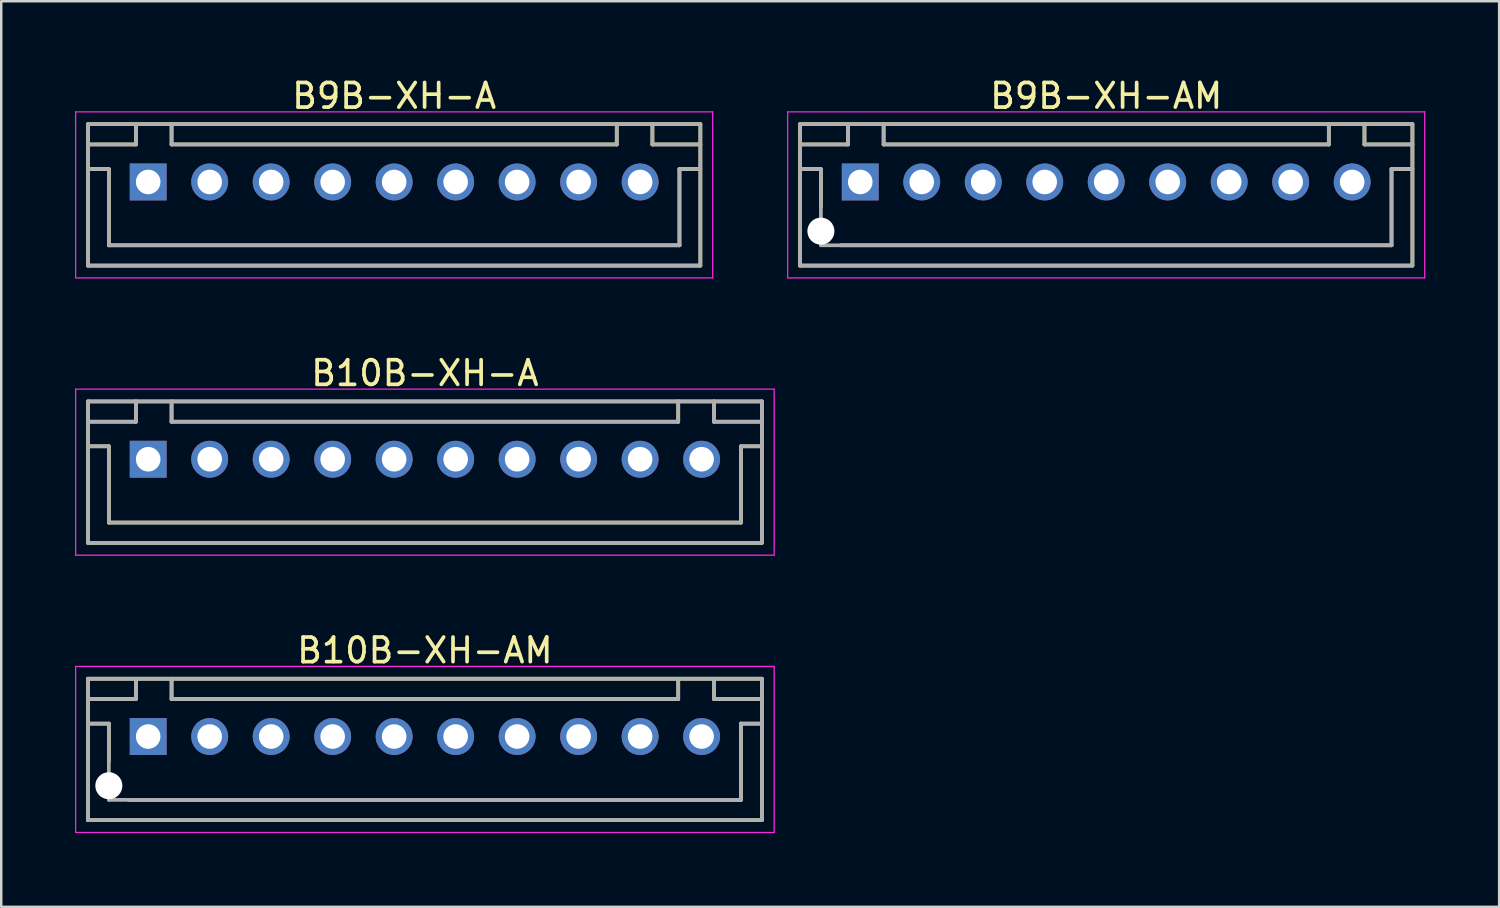
<source format=kicad_pcb>
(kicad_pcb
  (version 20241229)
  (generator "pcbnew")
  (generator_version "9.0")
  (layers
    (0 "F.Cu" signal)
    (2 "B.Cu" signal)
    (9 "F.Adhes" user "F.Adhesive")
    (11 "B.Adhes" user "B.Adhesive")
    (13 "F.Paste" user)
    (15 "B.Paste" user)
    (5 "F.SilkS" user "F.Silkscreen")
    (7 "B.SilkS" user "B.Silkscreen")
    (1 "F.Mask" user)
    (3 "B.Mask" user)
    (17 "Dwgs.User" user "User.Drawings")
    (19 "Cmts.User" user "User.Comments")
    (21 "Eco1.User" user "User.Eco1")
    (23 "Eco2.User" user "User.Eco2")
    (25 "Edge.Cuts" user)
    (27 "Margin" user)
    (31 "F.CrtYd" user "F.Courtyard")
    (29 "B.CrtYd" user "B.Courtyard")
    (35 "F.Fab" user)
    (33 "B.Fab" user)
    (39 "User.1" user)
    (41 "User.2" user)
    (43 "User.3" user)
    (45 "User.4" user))
  (footprint "B9B-XH-A"
    (layer "F.Cu")
    (at 12.975 4.348)
    (property "Reference" "B9B-XH-A" (at 0 -3.5 0) (layer "F.SilkS") (effects (font (size 1 1) (thickness 0.15))))
    (attr smd)
    (fp_line (start -12.45 -2.35) (end -12.45 3.4) (stroke (width 0.15) (type solid)) (layer "F.SilkS"))
    (fp_line (start -12.45 -2.35) (end 12.45 -2.35) (stroke (width 0.15) (type solid)) (layer "F.SilkS"))
    (fp_line (start -12.45 -1.525) (end -10.5 -1.525) (stroke (width 0.15) (type solid)) (layer "F.SilkS"))
    (fp_line (start -12.45 -0.525) (end -11.6 -0.525) (stroke (width 0.15) (type solid)) (layer "F.SilkS"))
    (fp_line (start -12.45 3.4) (end 12.45 3.4) (stroke (width 0.15) (type solid)) (layer "F.SilkS"))
    (fp_line (start -11.6 -0.525) (end -11.6 2.575) (stroke (width 0.15) (type solid)) (layer "F.SilkS"))
    (fp_line (start -11.6 2.575) (end 11.6 2.575) (stroke (width 0.15) (type solid)) (layer "F.SilkS"))
    (fp_line (start -10.5 -2.35) (end -10.5 -1.525) (stroke (width 0.15) (type solid)) (layer "F.SilkS"))
    (fp_line (start -9.05 -2.35) (end -9.05 -1.525) (stroke (width 0.15) (type solid)) (layer "F.SilkS"))
    (fp_line (start -9.05 -1.525) (end 9.05 -1.525) (stroke (width 0.15) (type solid)) (layer "F.SilkS"))
    (fp_line (start 9.05 -2.35) (end 9.05 -1.525) (stroke (width 0.15) (type solid)) (layer "F.SilkS"))
    (fp_line (start 10.5 -2.35) (end 10.5 -1.525) (stroke (width 0.15) (type solid)) (layer "F.SilkS"))
    (fp_line (start 10.5 -1.525) (end 12.45 -1.525) (stroke (width 0.15) (type solid)) (layer "F.SilkS"))
    (fp_line (start 11.6 -0.525) (end 11.6 2.575) (stroke (width 0.15) (type solid)) (layer "F.SilkS"))
    (fp_line (start 11.6 -0.525) (end 12.45 -0.525) (stroke (width 0.15) (type solid)) (layer "F.SilkS"))
    (fp_line (start 12.45 -2.35) (end 12.45 3.4) (stroke (width 0.15) (type solid)) (layer "F.SilkS"))
    (fp_line (start -12.95 -2.85) (end -12.95 3.9) (stroke (width 0.05) (type solid)) (layer "F.CrtYd"))
    (fp_line (start -12.95 -2.85) (end 12.95 -2.85) (stroke (width 0.05) (type solid)) (layer "F.CrtYd"))
    (fp_line (start -12.95 3.9) (end 12.95 3.9) (stroke (width 0.05) (type solid)) (layer "F.CrtYd"))
    (fp_line (start 12.95 -2.85) (end 12.95 3.9) (stroke (width 0.05) (type solid)) (layer "F.CrtYd"))
    (fp_line (start -12.45 -2.35) (end -12.45 3.4) (stroke (width 0.15) (type solid)) (layer "F.Fab"))
    (fp_line (start -12.45 -2.35) (end 12.45 -2.35) (stroke (width 0.15) (type solid)) (layer "F.Fab"))
    (fp_line (start -12.45 -1.525) (end -10.5 -1.525) (stroke (width 0.15) (type solid)) (layer "F.Fab"))
    (fp_line (start -12.45 -0.525) (end -11.6 -0.525) (stroke (width 0.15) (type solid)) (layer "F.Fab"))
    (fp_line (start -12.45 3.4) (end 12.45 3.4) (stroke (width 0.15) (type solid)) (layer "F.Fab"))
    (fp_line (start -11.6 -0.525) (end -11.6 2.575) (stroke (width 0.15) (type solid)) (layer "F.Fab"))
    (fp_line (start -11.6 2.575) (end 11.6 2.575) (stroke (width 0.15) (type solid)) (layer "F.Fab"))
    (fp_line (start -10.5 -2.35) (end -10.5 -1.525) (stroke (width 0.15) (type solid)) (layer "F.Fab"))
    (fp_line (start -9.05 -2.35) (end -9.05 -1.525) (stroke (width 0.15) (type solid)) (layer "F.Fab"))
    (fp_line (start -9.05 -1.525) (end 9.05 -1.525) (stroke (width 0.15) (type solid)) (layer "F.Fab"))
    (fp_line (start 9.05 -2.35) (end 9.05 -1.525) (stroke (width 0.15) (type solid)) (layer "F.Fab"))
    (fp_line (start 10.5 -2.35) (end 10.5 -1.525) (stroke (width 0.15) (type solid)) (layer "F.Fab"))
    (fp_line (start 10.5 -1.525) (end 12.45 -1.525) (stroke (width 0.15) (type solid)) (layer "F.Fab"))
    (fp_line (start 11.6 -0.525) (end 11.6 2.575) (stroke (width 0.15) (type solid)) (layer "F.Fab"))
    (fp_line (start 11.6 -0.525) (end 12.45 -0.525) (stroke (width 0.15) (type solid)) (layer "F.Fab"))
    (fp_line (start 12.45 -2.35) (end 12.45 3.4) (stroke (width 0.15) (type solid)) (layer "F.Fab"))
    (pad "1" thru_hole rect (at -10 0) (size 1.5 1.5) (drill 1) (layers "*.Cu" "*.Mask"))
    (pad "2" thru_hole circle (at -7.5 0) (size 1.5 1.5) (drill 1) (layers "*.Cu" "*.Mask"))
    (pad "3" thru_hole circle (at -5 0) (size 1.5 1.5) (drill 1) (layers "*.Cu" "*.Mask"))
    (pad "4" thru_hole circle (at -2.5 0) (size 1.5 1.5) (drill 1) (layers "*.Cu" "*.Mask"))
    (pad "5" thru_hole circle (at 0 0) (size 1.5 1.5) (drill 1) (layers "*.Cu" "*.Mask"))
    (pad "6" thru_hole circle (at 2.5 0) (size 1.5 1.5) (drill 1) (layers "*.Cu" "*.Mask"))
    (pad "7" thru_hole circle (at 5 0) (size 1.5 1.5) (drill 1) (layers "*.Cu" "*.Mask"))
    (pad "8" thru_hole circle (at 7.5 0) (size 1.5 1.5) (drill 1) (layers "*.Cu" "*.Mask"))
    (pad "9" thru_hole circle (at 10 0) (size 1.5 1.5) (drill 1) (layers "*.Cu" "*.Mask")))
  (footprint "B10B-XH-AM"
    (layer "F.Cu")
    (at 14.225 26.895)
    (property "Reference" "B10B-XH-AM" (at 0 -3.5 0) (layer "F.SilkS") (effects (font (size 1 1) (thickness 0.15))))
    (attr smd)
    (fp_line (start -13.7 -2.35) (end -13.7 3.4) (stroke (width 0.15) (type solid)) (layer "F.SilkS"))
    (fp_line (start -13.7 -2.35) (end 13.7 -2.35) (stroke (width 0.15) (type solid)) (layer "F.SilkS"))
    (fp_line (start -13.7 -1.525) (end -11.75 -1.525) (stroke (width 0.15) (type solid)) (layer "F.SilkS"))
    (fp_line (start -13.7 -0.525) (end -12.85 -0.525) (stroke (width 0.15) (type solid)) (layer "F.SilkS"))
    (fp_line (start -13.7 3.4) (end 13.7 3.4) (stroke (width 0.15) (type solid)) (layer "F.SilkS"))
    (fp_line (start -12.85 -0.525) (end -12.85 1) (stroke (width 0.15) (type solid)) (layer "F.SilkS"))
    (fp_line (start -12.05 2.575) (end 12.85 2.575) (stroke (width 0.15) (type solid)) (layer "F.SilkS"))
    (fp_line (start -11.75 -2.35) (end -11.75 -1.525) (stroke (width 0.15) (type solid)) (layer "F.SilkS"))
    (fp_line (start -10.3 -2.35) (end -10.3 -1.525) (stroke (width 0.15) (type solid)) (layer "F.SilkS"))
    (fp_line (start -10.3 -1.525) (end 10.3 -1.525) (stroke (width 0.15) (type solid)) (layer "F.SilkS"))
    (fp_line (start 10.3 -2.35) (end 10.3 -1.525) (stroke (width 0.15) (type solid)) (layer "F.SilkS"))
    (fp_line (start 11.75 -2.35) (end 11.75 -1.525) (stroke (width 0.15) (type solid)) (layer "F.SilkS"))
    (fp_line (start 11.75 -1.525) (end 13.7 -1.525) (stroke (width 0.15) (type solid)) (layer "F.SilkS"))
    (fp_line (start 12.85 -0.525) (end 12.85 2.575) (stroke (width 0.15) (type solid)) (layer "F.SilkS"))
    (fp_line (start 12.85 -0.525) (end 13.7 -0.525) (stroke (width 0.15) (type solid)) (layer "F.SilkS"))
    (fp_line (start 13.7 -2.35) (end 13.7 3.4) (stroke (width 0.15) (type solid)) (layer "F.SilkS"))
    (fp_line (start -14.2 -2.85) (end -14.2 3.9) (stroke (width 0.05) (type solid)) (layer "F.CrtYd"))
    (fp_line (start -14.2 -2.85) (end 14.2 -2.85) (stroke (width 0.05) (type solid)) (layer "F.CrtYd"))
    (fp_line (start -14.2 3.9) (end 14.2 3.9) (stroke (width 0.05) (type solid)) (layer "F.CrtYd"))
    (fp_line (start 14.2 -2.85) (end 14.2 3.9) (stroke (width 0.05) (type solid)) (layer "F.CrtYd"))
    (fp_line (start -13.7 -2.35) (end -13.7 3.4) (stroke (width 0.15) (type solid)) (layer "F.Fab"))
    (fp_line (start -13.7 -2.35) (end 13.7 -2.35) (stroke (width 0.15) (type solid)) (layer "F.Fab"))
    (fp_line (start -13.7 -1.525) (end -11.75 -1.525) (stroke (width 0.15) (type solid)) (layer "F.Fab"))
    (fp_line (start -13.7 -0.525) (end -12.85 -0.525) (stroke (width 0.15) (type solid)) (layer "F.Fab"))
    (fp_line (start -13.7 3.4) (end 13.7 3.4) (stroke (width 0.15) (type solid)) (layer "F.Fab"))
    (fp_line (start -12.85 -0.525) (end -12.85 2.575) (stroke (width 0.15) (type solid)) (layer "F.Fab"))
    (fp_line (start -12.85 2.575) (end 12.85 2.575) (stroke (width 0.15) (type solid)) (layer "F.Fab"))
    (fp_line (start -11.75 -2.35) (end -11.75 -1.525) (stroke (width 0.15) (type solid)) (layer "F.Fab"))
    (fp_line (start -10.3 -2.35) (end -10.3 -1.525) (stroke (width 0.15) (type solid)) (layer "F.Fab"))
    (fp_line (start -10.3 -1.525) (end 10.3 -1.525) (stroke (width 0.15) (type solid)) (layer "F.Fab"))
    (fp_line (start 10.3 -2.35) (end 10.3 -1.525) (stroke (width 0.15) (type solid)) (layer "F.Fab"))
    (fp_line (start 11.75 -2.35) (end 11.75 -1.525) (stroke (width 0.15) (type solid)) (layer "F.Fab"))
    (fp_line (start 11.75 -1.525) (end 13.7 -1.525) (stroke (width 0.15) (type solid)) (layer "F.Fab"))
    (fp_line (start 12.85 -0.525) (end 12.85 2.575) (stroke (width 0.15) (type solid)) (layer "F.Fab"))
    (fp_line (start 12.85 -0.525) (end 13.7 -0.525) (stroke (width 0.15) (type solid)) (layer "F.Fab"))
    (fp_line (start 13.7 -2.35) (end 13.7 3.4) (stroke (width 0.15) (type solid)) (layer "F.Fab"))
    (pad "" np_thru_hole circle (at -12.85 2) (size 1.1 1.1) (drill 1.1) (layers "*.Cu" "*.Mask"))
    (pad "1" thru_hole rect (at -11.25 0) (size 1.5 1.5) (drill 1) (layers "*.Cu" "*.Mask"))
    (pad "2" thru_hole circle (at -8.75 0) (size 1.5 1.5) (drill 1) (layers "*.Cu" "*.Mask"))
    (pad "3" thru_hole circle (at -6.25 0) (size 1.5 1.5) (drill 1) (layers "*.Cu" "*.Mask"))
    (pad "4" thru_hole circle (at -3.75 0) (size 1.5 1.5) (drill 1) (layers "*.Cu" "*.Mask"))
    (pad "5" thru_hole circle (at -1.25 0) (size 1.5 1.5) (drill 1) (layers "*.Cu" "*.Mask"))
    (pad "6" thru_hole circle (at 1.25 0) (size 1.5 1.5) (drill 1) (layers "*.Cu" "*.Mask"))
    (pad "7" thru_hole circle (at 3.75 0) (size 1.5 1.5) (drill 1) (layers "*.Cu" "*.Mask"))
    (pad "8" thru_hole circle (at 6.25 0) (size 1.5 1.5) (drill 1) (layers "*.Cu" "*.Mask"))
    (pad "9" thru_hole circle (at 8.75 0) (size 1.5 1.5) (drill 1) (layers "*.Cu" "*.Mask"))
    (pad "10" thru_hole circle (at 11.25 0) (size 1.5 1.5) (drill 1) (layers "*.Cu" "*.Mask")))
  (footprint "B9B-XH-AM"
    (layer "F.Cu")
    (at 41.925 4.348)
    (property "Reference" "B9B-XH-AM" (at 0 -3.5 0) (layer "F.SilkS") (effects (font (size 1 1) (thickness 0.15))))
    (attr smd)
    (fp_line (start -12.45 -2.35) (end -12.45 3.4) (stroke (width 0.15) (type solid)) (layer "F.SilkS"))
    (fp_line (start -12.45 -2.35) (end 12.45 -2.35) (stroke (width 0.15) (type solid)) (layer "F.SilkS"))
    (fp_line (start -12.45 -1.525) (end -10.5 -1.525) (stroke (width 0.15) (type solid)) (layer "F.SilkS"))
    (fp_line (start -12.45 -0.525) (end -11.6 -0.525) (stroke (width 0.15) (type solid)) (layer "F.SilkS"))
    (fp_line (start -12.45 3.4) (end 12.45 3.4) (stroke (width 0.15) (type solid)) (layer "F.SilkS"))
    (fp_line (start -11.6 -0.525) (end -11.6 1) (stroke (width 0.15) (type solid)) (layer "F.SilkS"))
    (fp_line (start -10.8 2.575) (end 11.6 2.575) (stroke (width 0.15) (type solid)) (layer "F.SilkS"))
    (fp_line (start -10.5 -2.35) (end -10.5 -1.525) (stroke (width 0.15) (type solid)) (layer "F.SilkS"))
    (fp_line (start -9.05 -2.35) (end -9.05 -1.525) (stroke (width 0.15) (type solid)) (layer "F.SilkS"))
    (fp_line (start -9.05 -1.525) (end 9.05 -1.525) (stroke (width 0.15) (type solid)) (layer "F.SilkS"))
    (fp_line (start 9.05 -2.35) (end 9.05 -1.525) (stroke (width 0.15) (type solid)) (layer "F.SilkS"))
    (fp_line (start 10.5 -2.35) (end 10.5 -1.525) (stroke (width 0.15) (type solid)) (layer "F.SilkS"))
    (fp_line (start 10.5 -1.525) (end 12.45 -1.525) (stroke (width 0.15) (type solid)) (layer "F.SilkS"))
    (fp_line (start 11.6 -0.525) (end 11.6 2.575) (stroke (width 0.15) (type solid)) (layer "F.SilkS"))
    (fp_line (start 11.6 -0.525) (end 12.45 -0.525) (stroke (width 0.15) (type solid)) (layer "F.SilkS"))
    (fp_line (start 12.45 -2.35) (end 12.45 3.4) (stroke (width 0.15) (type solid)) (layer "F.SilkS"))
    (fp_line (start -12.95 -2.85) (end -12.95 3.9) (stroke (width 0.05) (type solid)) (layer "F.CrtYd"))
    (fp_line (start -12.95 -2.85) (end 12.95 -2.85) (stroke (width 0.05) (type solid)) (layer "F.CrtYd"))
    (fp_line (start -12.95 3.9) (end 12.95 3.9) (stroke (width 0.05) (type solid)) (layer "F.CrtYd"))
    (fp_line (start 12.95 -2.85) (end 12.95 3.9) (stroke (width 0.05) (type solid)) (layer "F.CrtYd"))
    (fp_line (start -12.45 -2.35) (end -12.45 3.4) (stroke (width 0.15) (type solid)) (layer "F.Fab"))
    (fp_line (start -12.45 -2.35) (end 12.45 -2.35) (stroke (width 0.15) (type solid)) (layer "F.Fab"))
    (fp_line (start -12.45 -1.525) (end -10.5 -1.525) (stroke (width 0.15) (type solid)) (layer "F.Fab"))
    (fp_line (start -12.45 -0.525) (end -11.6 -0.525) (stroke (width 0.15) (type solid)) (layer "F.Fab"))
    (fp_line (start -12.45 3.4) (end 12.45 3.4) (stroke (width 0.15) (type solid)) (layer "F.Fab"))
    (fp_line (start -11.6 -0.525) (end -11.6 2.575) (stroke (width 0.15) (type solid)) (layer "F.Fab"))
    (fp_line (start -11.6 2.575) (end 11.6 2.575) (stroke (width 0.15) (type solid)) (layer "F.Fab"))
    (fp_line (start -10.5 -2.35) (end -10.5 -1.525) (stroke (width 0.15) (type solid)) (layer "F.Fab"))
    (fp_line (start -9.05 -2.35) (end -9.05 -1.525) (stroke (width 0.15) (type solid)) (layer "F.Fab"))
    (fp_line (start -9.05 -1.525) (end 9.05 -1.525) (stroke (width 0.15) (type solid)) (layer "F.Fab"))
    (fp_line (start 9.05 -2.35) (end 9.05 -1.525) (stroke (width 0.15) (type solid)) (layer "F.Fab"))
    (fp_line (start 10.5 -2.35) (end 10.5 -1.525) (stroke (width 0.15) (type solid)) (layer "F.Fab"))
    (fp_line (start 10.5 -1.525) (end 12.45 -1.525) (stroke (width 0.15) (type solid)) (layer "F.Fab"))
    (fp_line (start 11.6 -0.525) (end 11.6 2.575) (stroke (width 0.15) (type solid)) (layer "F.Fab"))
    (fp_line (start 11.6 -0.525) (end 12.45 -0.525) (stroke (width 0.15) (type solid)) (layer "F.Fab"))
    (fp_line (start 12.45 -2.35) (end 12.45 3.4) (stroke (width 0.15) (type solid)) (layer "F.Fab"))
    (pad "" np_thru_hole circle (at -11.6 2) (size 1.1 1.1) (drill 1.1) (layers "*.Cu" "*.Mask"))
    (pad "1" thru_hole rect (at -10 0) (size 1.5 1.5) (drill 1) (layers "*.Cu" "*.Mask"))
    (pad "2" thru_hole circle (at -7.5 0) (size 1.5 1.5) (drill 1) (layers "*.Cu" "*.Mask"))
    (pad "3" thru_hole circle (at -5 0) (size 1.5 1.5) (drill 1) (layers "*.Cu" "*.Mask"))
    (pad "4" thru_hole circle (at -2.5 0) (size 1.5 1.5) (drill 1) (layers "*.Cu" "*.Mask"))
    (pad "5" thru_hole circle (at 0 0) (size 1.5 1.5) (drill 1) (layers "*.Cu" "*.Mask"))
    (pad "6" thru_hole circle (at 2.5 0) (size 1.5 1.5) (drill 1) (layers "*.Cu" "*.Mask"))
    (pad "7" thru_hole circle (at 5 0) (size 1.5 1.5) (drill 1) (layers "*.Cu" "*.Mask"))
    (pad "8" thru_hole circle (at 7.5 0) (size 1.5 1.5) (drill 1) (layers "*.Cu" "*.Mask"))
    (pad "9" thru_hole circle (at 10 0) (size 1.5 1.5) (drill 1) (layers "*.Cu" "*.Mask")))
  (footprint "B10B-XH-A"
    (layer "F.Cu")
    (at 14.225 15.621)
    (property "Reference" "B10B-XH-A" (at 0 -3.5 0) (layer "F.SilkS") (effects (font (size 1 1) (thickness 0.15))))
    (attr smd)
    (fp_line (start -13.7 -2.35) (end -13.7 3.4) (stroke (width 0.15) (type solid)) (layer "F.SilkS"))
    (fp_line (start -13.7 -2.35) (end 13.7 -2.35) (stroke (width 0.15) (type solid)) (layer "F.SilkS"))
    (fp_line (start -13.7 -1.525) (end -11.75 -1.525) (stroke (width 0.15) (type solid)) (layer "F.SilkS"))
    (fp_line (start -13.7 -0.525) (end -12.85 -0.525) (stroke (width 0.15) (type solid)) (layer "F.SilkS"))
    (fp_line (start -13.7 3.4) (end 13.7 3.4) (stroke (width 0.15) (type solid)) (layer "F.SilkS"))
    (fp_line (start -12.85 -0.525) (end -12.85 2.575) (stroke (width 0.15) (type solid)) (layer "F.SilkS"))
    (fp_line (start -12.85 2.575) (end 12.85 2.575) (stroke (width 0.15) (type solid)) (layer "F.SilkS"))
    (fp_line (start -11.75 -2.35) (end -11.75 -1.525) (stroke (width 0.15) (type solid)) (layer "F.SilkS"))
    (fp_line (start -10.3 -2.35) (end -10.3 -1.525) (stroke (width 0.15) (type solid)) (layer "F.SilkS"))
    (fp_line (start -10.3 -1.525) (end 10.3 -1.525) (stroke (width 0.15) (type solid)) (layer "F.SilkS"))
    (fp_line (start 10.3 -2.35) (end 10.3 -1.525) (stroke (width 0.15) (type solid)) (layer "F.SilkS"))
    (fp_line (start 11.75 -2.35) (end 11.75 -1.525) (stroke (width 0.15) (type solid)) (layer "F.SilkS"))
    (fp_line (start 11.75 -1.525) (end 13.7 -1.525) (stroke (width 0.15) (type solid)) (layer "F.SilkS"))
    (fp_line (start 12.85 -0.525) (end 12.85 2.575) (stroke (width 0.15) (type solid)) (layer "F.SilkS"))
    (fp_line (start 12.85 -0.525) (end 13.7 -0.525) (stroke (width 0.15) (type solid)) (layer "F.SilkS"))
    (fp_line (start 13.7 -2.35) (end 13.7 3.4) (stroke (width 0.15) (type solid)) (layer "F.SilkS"))
    (fp_line (start -14.2 -2.85) (end -14.2 3.9) (stroke (width 0.05) (type solid)) (layer "F.CrtYd"))
    (fp_line (start -14.2 -2.85) (end 14.2 -2.85) (stroke (width 0.05) (type solid)) (layer "F.CrtYd"))
    (fp_line (start -14.2 3.9) (end 14.2 3.9) (stroke (width 0.05) (type solid)) (layer "F.CrtYd"))
    (fp_line (start 14.2 -2.85) (end 14.2 3.9) (stroke (width 0.05) (type solid)) (layer "F.CrtYd"))
    (fp_line (start -13.7 -2.35) (end -13.7 3.4) (stroke (width 0.15) (type solid)) (layer "F.Fab"))
    (fp_line (start -13.7 -2.35) (end 13.7 -2.35) (stroke (width 0.15) (type solid)) (layer "F.Fab"))
    (fp_line (start -13.7 -1.525) (end -11.75 -1.525) (stroke (width 0.15) (type solid)) (layer "F.Fab"))
    (fp_line (start -13.7 -0.525) (end -12.85 -0.525) (stroke (width 0.15) (type solid)) (layer "F.Fab"))
    (fp_line (start -13.7 3.4) (end 13.7 3.4) (stroke (width 0.15) (type solid)) (layer "F.Fab"))
    (fp_line (start -12.85 -0.525) (end -12.85 2.575) (stroke (width 0.15) (type solid)) (layer "F.Fab"))
    (fp_line (start -12.85 2.575) (end 12.85 2.575) (stroke (width 0.15) (type solid)) (layer "F.Fab"))
    (fp_line (start -11.75 -2.35) (end -11.75 -1.525) (stroke (width 0.15) (type solid)) (layer "F.Fab"))
    (fp_line (start -10.3 -2.35) (end -10.3 -1.525) (stroke (width 0.15) (type solid)) (layer "F.Fab"))
    (fp_line (start -10.3 -1.525) (end 10.3 -1.525) (stroke (width 0.15) (type solid)) (layer "F.Fab"))
    (fp_line (start 10.3 -2.35) (end 10.3 -1.525) (stroke (width 0.15) (type solid)) (layer "F.Fab"))
    (fp_line (start 11.75 -2.35) (end 11.75 -1.525) (stroke (width 0.15) (type solid)) (layer "F.Fab"))
    (fp_line (start 11.75 -1.525) (end 13.7 -1.525) (stroke (width 0.15) (type solid)) (layer "F.Fab"))
    (fp_line (start 12.85 -0.525) (end 12.85 2.575) (stroke (width 0.15) (type solid)) (layer "F.Fab"))
    (fp_line (start 12.85 -0.525) (end 13.7 -0.525) (stroke (width 0.15) (type solid)) (layer "F.Fab"))
    (fp_line (start 13.7 -2.35) (end 13.7 3.4) (stroke (width 0.15) (type solid)) (layer "F.Fab"))
    (pad "1" thru_hole rect (at -11.25 0) (size 1.5 1.5) (drill 1) (layers "*.Cu" "*.Mask"))
    (pad "2" thru_hole circle (at -8.75 0) (size 1.5 1.5) (drill 1) (layers "*.Cu" "*.Mask"))
    (pad "3" thru_hole circle (at -6.25 0) (size 1.5 1.5) (drill 1) (layers "*.Cu" "*.Mask"))
    (pad "4" thru_hole circle (at -3.75 0) (size 1.5 1.5) (drill 1) (layers "*.Cu" "*.Mask"))
    (pad "5" thru_hole circle (at -1.25 0) (size 1.5 1.5) (drill 1) (layers "*.Cu" "*.Mask"))
    (pad "6" thru_hole circle (at 1.25 0) (size 1.5 1.5) (drill 1) (layers "*.Cu" "*.Mask"))
    (pad "7" thru_hole circle (at 3.75 0) (size 1.5 1.5) (drill 1) (layers "*.Cu" "*.Mask"))
    (pad "8" thru_hole circle (at 6.25 0) (size 1.5 1.5) (drill 1) (layers "*.Cu" "*.Mask"))
    (pad "9" thru_hole circle (at 8.75 0) (size 1.5 1.5) (drill 1) (layers "*.Cu" "*.Mask"))
    (pad "10" thru_hole circle (at 11.25 0) (size 1.5 1.5) (drill 1) (layers "*.Cu" "*.Mask")))
  (gr_rect
    (start -3 -3)
    (end 57.9 33.82)
    (stroke (width 0.1) (type default))
    (fill no)
    (layer "Edge.Cuts")))
</source>
